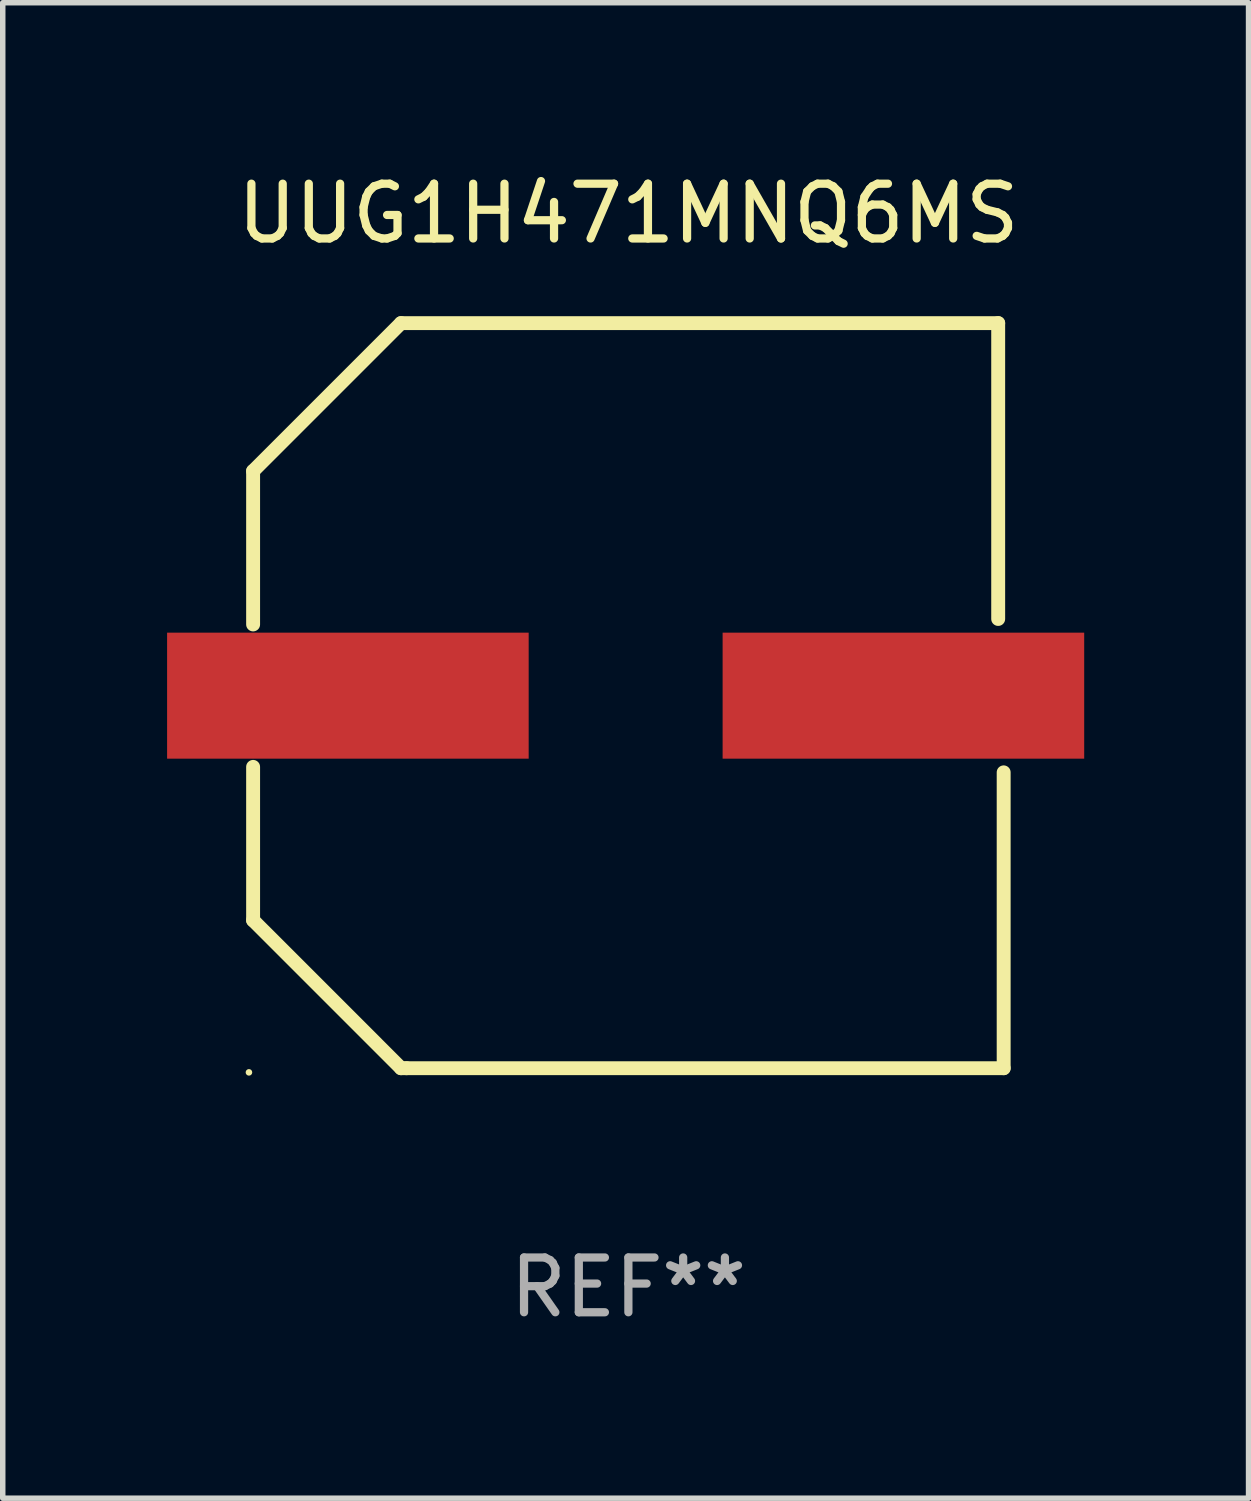
<source format=kicad_pcb>
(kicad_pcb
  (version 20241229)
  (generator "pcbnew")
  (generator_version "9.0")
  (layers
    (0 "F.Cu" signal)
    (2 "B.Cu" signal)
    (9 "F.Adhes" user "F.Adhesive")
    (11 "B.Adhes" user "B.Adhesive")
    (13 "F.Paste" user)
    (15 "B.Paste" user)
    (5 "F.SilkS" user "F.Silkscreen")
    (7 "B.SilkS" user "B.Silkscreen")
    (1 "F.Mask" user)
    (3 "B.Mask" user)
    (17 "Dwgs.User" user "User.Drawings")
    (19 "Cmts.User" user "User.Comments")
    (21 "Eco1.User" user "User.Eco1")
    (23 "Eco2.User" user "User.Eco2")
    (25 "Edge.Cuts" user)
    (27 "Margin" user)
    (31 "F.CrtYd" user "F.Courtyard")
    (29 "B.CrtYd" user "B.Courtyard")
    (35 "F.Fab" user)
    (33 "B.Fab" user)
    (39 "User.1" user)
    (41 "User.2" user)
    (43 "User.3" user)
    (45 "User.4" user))
  (footprint "UUG1H471MNQ6MS"
    (layer "F.Cu")
    (at 8.42 9.648)
    (property "Reference" "UUG1H471MNQ6MS" (at 0 -8.8 0) (layer "F.SilkS") (effects (font (size 1 1) (thickness 0.15))))
    (attr through_hole)
    (fp_line (start -6.85 -4.1) (end -4.15 -6.8) (stroke (width 0.254) (type solid)) (layer "F.SilkS"))
    (fp_line (start -6.85 -1.3) (end -6.85 -4.1) (stroke (width 0.254) (type solid)) (layer "F.SilkS"))
    (fp_line (start -6.85 4.1) (end -6.85 1.3) (stroke (width 0.254) (type solid)) (layer "F.SilkS"))
    (fp_line (start -4.15 -6.8) (end 6.75 -6.8) (stroke (width 0.254) (type solid)) (layer "F.SilkS"))
    (fp_line (start -4.15 6.8) (end -6.85 4.1) (stroke (width 0.254) (type solid)) (layer "F.SilkS"))
    (fp_line (start -4.05 6.8) (end -4.15 6.8) (stroke (width 0.254) (type solid)) (layer "F.SilkS"))
    (fp_line (start 6.75 -6.8) (end 6.75 -1.4) (stroke (width 0.254) (type solid)) (layer "F.SilkS"))
    (fp_line (start 6.85 1.4) (end 6.85 6.8) (stroke (width 0.254) (type solid)) (layer "F.SilkS"))
    (fp_line (start 6.85 6.8) (end -4.05 6.8) (stroke (width 0.254) (type solid)) (layer "F.SilkS"))
    (fp_circle (center -6.926 6.876) (end -6.896 6.876) (stroke (width 0.06) (type solid)) (fill no) (layer "F.SilkS"))
    (fp_text user "REF**" (at 0 10.8 0) (layer "F.Fab") (effects (font (size 1 1) (thickness 0.15))))
    (pad "1" smd rect (at -5.12 0) (size 6.6 2.3) (layers "F.Cu" "F.Mask" "F.Paste"))
    (pad "2" smd rect (at 5.02 0) (size 6.6 2.3) (layers "F.Cu" "F.Mask" "F.Paste")))
  (gr_rect
    (start -3 -3)
    (end 19.74 24.297)
    (stroke (width 0.1) (type default))
    (fill no)
    (layer "Edge.Cuts")))
</source>
